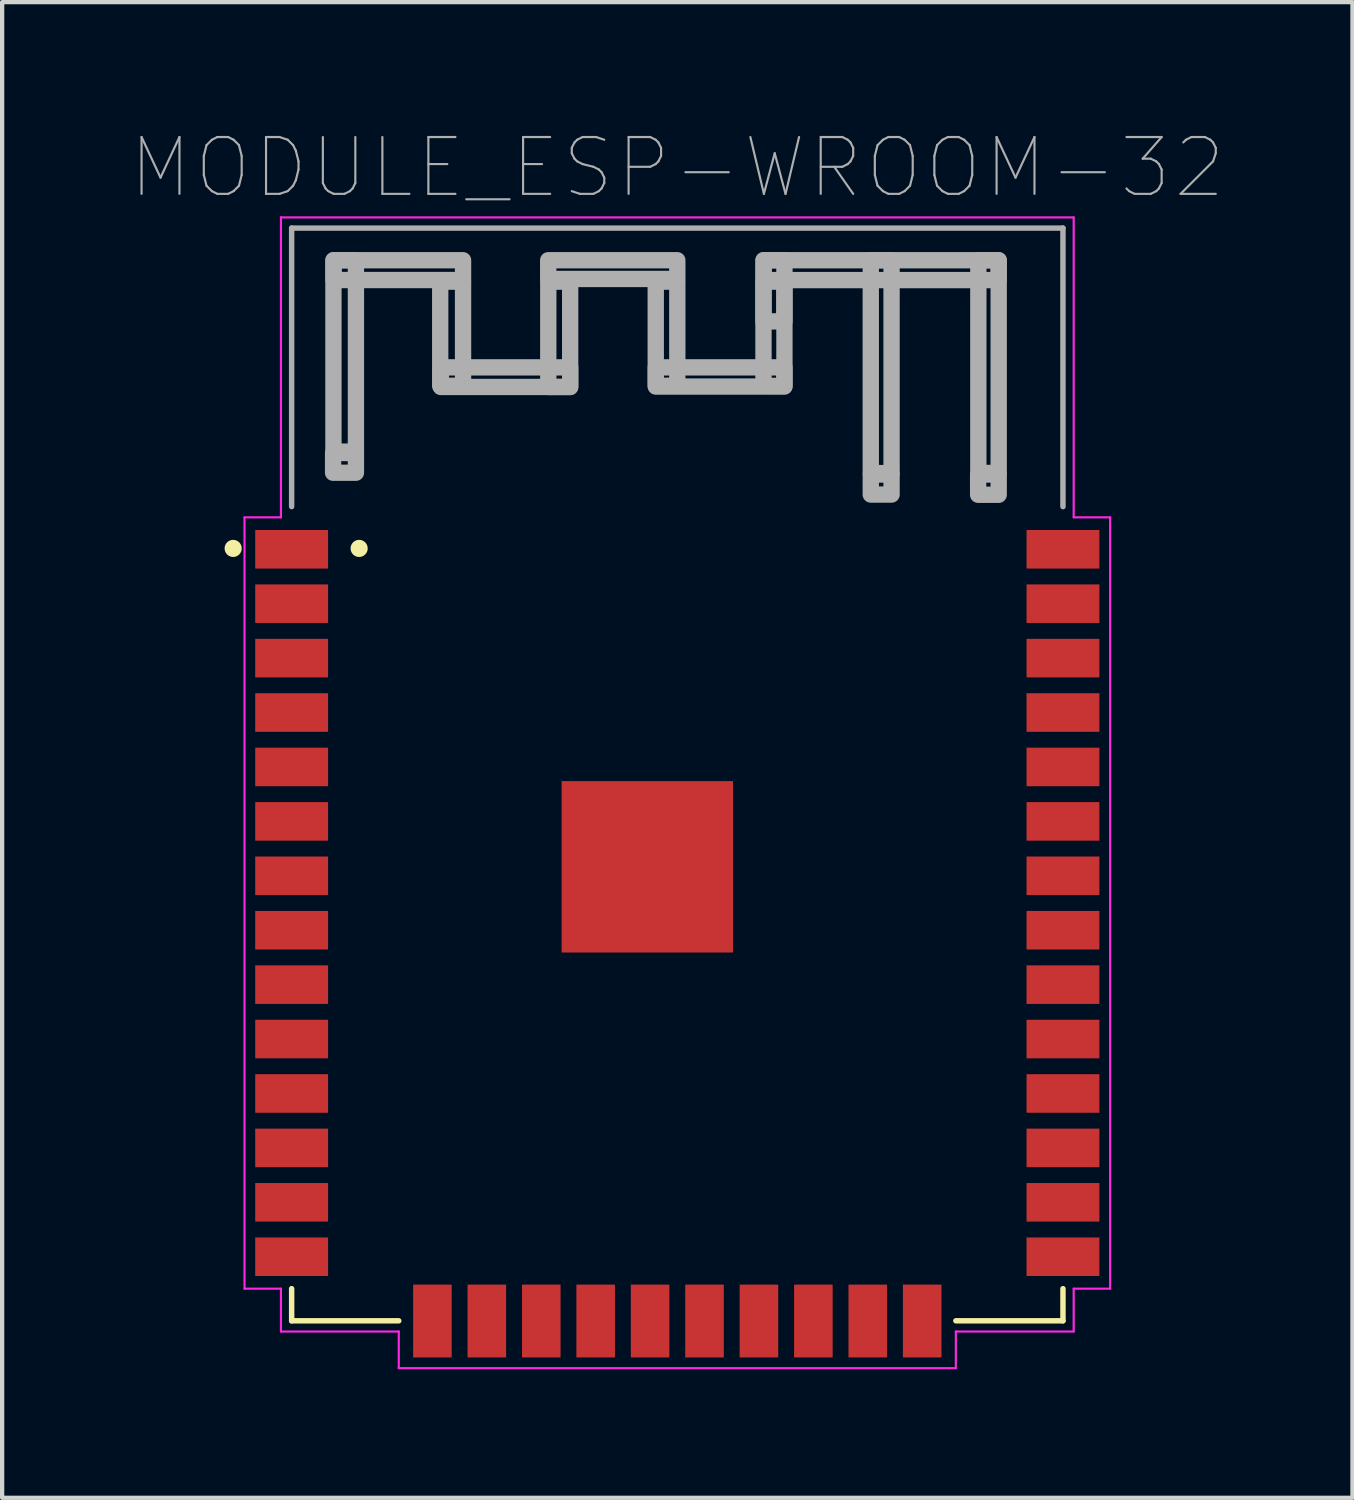
<source format=kicad_pcb>
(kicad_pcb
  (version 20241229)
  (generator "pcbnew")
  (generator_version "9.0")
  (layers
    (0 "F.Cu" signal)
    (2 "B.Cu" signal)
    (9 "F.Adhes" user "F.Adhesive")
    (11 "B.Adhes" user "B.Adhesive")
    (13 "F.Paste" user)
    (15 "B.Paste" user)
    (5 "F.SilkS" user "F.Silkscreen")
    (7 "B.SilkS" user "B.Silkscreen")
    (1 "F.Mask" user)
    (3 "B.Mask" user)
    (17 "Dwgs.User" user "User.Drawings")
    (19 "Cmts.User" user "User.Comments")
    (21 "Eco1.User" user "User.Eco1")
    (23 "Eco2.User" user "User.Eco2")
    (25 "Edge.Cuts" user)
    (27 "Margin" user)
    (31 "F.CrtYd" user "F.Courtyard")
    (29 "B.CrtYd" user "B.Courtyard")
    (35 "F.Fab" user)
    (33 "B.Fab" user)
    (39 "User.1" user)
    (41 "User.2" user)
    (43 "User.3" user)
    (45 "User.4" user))
  (footprint "MODULE_ESP-WROOM-32"
    (layer "F.Cu")
    (at 12.756 18.023)
    (property "Reference" "MODULE_ESP-WROOM-32" (at 0 -17.16 0) (layer "F.Fab") (effects (font (size 1.326 1.326) (thickness 0.05))))
    (attr smd)
    (fp_line (start -9 9) (end -9 9.75) (stroke (width 0.127) (type solid)) (layer "F.SilkS"))
    (fp_line (start -9 9.75) (end -6.5 9.75) (stroke (width 0.127) (type solid)) (layer "F.SilkS"))
    (fp_line (start 6.5 9.75) (end 9 9.75) (stroke (width 0.127) (type solid)) (layer "F.SilkS"))
    (fp_line (start 9 9.75) (end 9 9) (stroke (width 0.127) (type solid)) (layer "F.SilkS"))
    (fp_circle (center -10.365 -8.275) (end -10.265 -8.275) (stroke (width 0.2) (type solid)) (fill no) (layer "F.SilkS"))
    (fp_circle (center -7.425 -8.275) (end -7.325 -8.275) (stroke (width 0.2) (type solid)) (fill no) (layer "F.SilkS"))
    (fp_line (start -10.1 -9) (end -9.25 -9) (stroke (width 0.05) (type solid)) (layer "F.CrtYd"))
    (fp_line (start -10.1 9) (end -10.1 -9) (stroke (width 0.05) (type solid)) (layer "F.CrtYd"))
    (fp_line (start -9.25 -16) (end 9.25 -16) (stroke (width 0.05) (type solid)) (layer "F.CrtYd"))
    (fp_line (start -9.25 -9) (end -9.25 -16) (stroke (width 0.05) (type solid)) (layer "F.CrtYd"))
    (fp_line (start -9.25 9) (end -10.1 9) (stroke (width 0.05) (type solid)) (layer "F.CrtYd"))
    (fp_line (start -9.25 10) (end -9.25 9) (stroke (width 0.05) (type solid)) (layer "F.CrtYd"))
    (fp_line (start -6.5 10) (end -9.25 10) (stroke (width 0.05) (type solid)) (layer "F.CrtYd"))
    (fp_line (start -6.5 10.855) (end -6.5 10) (stroke (width 0.05) (type solid)) (layer "F.CrtYd"))
    (fp_line (start 6.5 10) (end 6.5 10.855) (stroke (width 0.05) (type solid)) (layer "F.CrtYd"))
    (fp_line (start 6.5 10.855) (end -6.5 10.855) (stroke (width 0.05) (type solid)) (layer "F.CrtYd"))
    (fp_line (start 9.25 -16) (end 9.25 -9) (stroke (width 0.05) (type solid)) (layer "F.CrtYd"))
    (fp_line (start 9.25 -9) (end 10.1 -9) (stroke (width 0.05) (type solid)) (layer "F.CrtYd"))
    (fp_line (start 9.25 9) (end 9.25 10) (stroke (width 0.05) (type solid)) (layer "F.CrtYd"))
    (fp_line (start 9.25 10) (end 6.5 10) (stroke (width 0.05) (type solid)) (layer "F.CrtYd"))
    (fp_line (start 10.1 -9) (end 10.1 9) (stroke (width 0.05) (type solid)) (layer "F.CrtYd"))
    (fp_line (start 10.1 9) (end 9.25 9) (stroke (width 0.05) (type solid)) (layer "F.CrtYd"))
    (fp_line (start -9 -15.75) (end 9 -15.75) (stroke (width 0.127) (type solid)) (layer "F.Fab"))
    (fp_line (start -9 -9.25) (end -9 -15.75) (stroke (width 0.127) (type solid)) (layer "F.Fab"))
    (fp_line (start 9 -15.75) (end 9 -9.25) (stroke (width 0.127) (type solid)) (layer "F.Fab"))
    (fp_poly (pts (xy -8.033 -10.5) (xy -7.5 -10.5) (xy -7.5 -10.041) (xy -8.033 -10.041)) (stroke (width 0.381) (type solid)) (fill no) (layer "F.Fab"))
    (fp_poly (pts (xy -8.025 -15) (xy -7.5 -15) (xy -7.5 -10.533) (xy -8.025 -10.533)) (stroke (width 0.381) (type solid)) (fill no) (layer "F.Fab"))
    (fp_poly (pts (xy -8.021 -15) (xy -5 -15) (xy -5 -14.538) (xy -8.021 -14.538)) (stroke (width 0.381) (type solid)) (fill no) (layer "F.Fab"))
    (fp_poly (pts (xy -5.533 -14.5) (xy -5 -14.5) (xy -5 -12.071) (xy -5.533 -12.071)) (stroke (width 0.381) (type solid)) (fill no) (layer "F.Fab"))
    (fp_poly (pts (xy -5.519 -12.5) (xy -2.5 -12.5) (xy -2.5 -12.042) (xy -5.519 -12.042)) (stroke (width 0.381) (type solid)) (fill no) (layer "F.Fab"))
    (fp_poly (pts (xy -3.013 -15) (xy 0 -15) (xy 0 -14.563) (xy -3.013 -14.563)) (stroke (width 0.381) (type solid)) (fill no) (layer "F.Fab"))
    (fp_poly (pts (xy -3.011 -14.5) (xy -2.5 -14.5) (xy -2.5 -12.043) (xy -3.011 -12.043)) (stroke (width 0.381) (type solid)) (fill no) (layer "F.Fab"))
    (fp_poly (pts (xy -0.503 -14.5) (xy 0 -14.5) (xy 0 -12.071) (xy -0.503 -12.071)) (stroke (width 0.381) (type solid)) (fill no) (layer "F.Fab"))
    (fp_poly (pts (xy -0.502 -12.5) (xy 2.5 -12.5) (xy 2.5 -12.052) (xy -0.502 -12.052)) (stroke (width 0.381) (type solid)) (fill no) (layer "F.Fab"))
    (fp_poly (pts (xy 2.011 -15) (xy 2.5 -15) (xy 2.5 -13.574) (xy 2.011 -13.574)) (stroke (width 0.381) (type solid)) (fill no) (layer "F.Fab"))
    (fp_poly (pts (xy 2.011 -14.5) (xy 2.5 -14.5) (xy 2.5 -12.068) (xy 2.011 -12.068)) (stroke (width 0.381) (type solid)) (fill no) (layer "F.Fab"))
    (fp_poly (pts (xy 2.015 -15) (xy 7.5 -15) (xy 7.5 -14.536) (xy 2.015 -14.536)) (stroke (width 0.381) (type solid)) (fill no) (layer "F.Fab"))
    (fp_poly (pts (xy 4.515 -15) (xy 5 -15) (xy 5 -10.033) (xy 4.515 -10.033)) (stroke (width 0.381) (type solid)) (fill no) (layer "F.Fab"))
    (fp_poly (pts (xy 4.515 -10) (xy 5 -10) (xy 5 -9.532) (xy 4.515 -9.532)) (stroke (width 0.381) (type solid)) (fill no) (layer "F.Fab"))
    (fp_poly (pts (xy 7.02 -10) (xy 7.5 -10) (xy 7.5 -9.527) (xy 7.02 -9.527)) (stroke (width 0.381) (type solid)) (fill no) (layer "F.Fab"))
    (fp_poly (pts (xy 7.025 -15) (xy 7.5 -15) (xy 7.5 -10.035) (xy 7.025 -10.035)) (stroke (width 0.381) (type solid)) (fill no) (layer "F.Fab"))
    (pad "1" smd rect (at -9 -8.255) (size 1.7 0.9) (layers "F.Cu" "F.Mask" "F.Paste"))
    (pad "1.1" smd rect (at -0.7 -0.845 180) (size 4 4) (layers "F.Cu" "F.Mask" "F.Paste"))
    (pad "2" smd rect (at -9 -6.985) (size 1.7 0.9) (layers "F.Cu" "F.Mask" "F.Paste"))
    (pad "3" smd rect (at -9 -5.715) (size 1.7 0.9) (layers "F.Cu" "F.Mask" "F.Paste"))
    (pad "4" smd rect (at -9 -4.445) (size 1.7 0.9) (layers "F.Cu" "F.Mask" "F.Paste"))
    (pad "5" smd rect (at -9 -3.175) (size 1.7 0.9) (layers "F.Cu" "F.Mask" "F.Paste"))
    (pad "6" smd rect (at -9 -1.905) (size 1.7 0.9) (layers "F.Cu" "F.Mask" "F.Paste"))
    (pad "7" smd rect (at -9 -0.635) (size 1.7 0.9) (layers "F.Cu" "F.Mask" "F.Paste"))
    (pad "8" smd rect (at -9 0.635) (size 1.7 0.9) (layers "F.Cu" "F.Mask" "F.Paste"))
    (pad "9" smd rect (at -9 1.905) (size 1.7 0.9) (layers "F.Cu" "F.Mask" "F.Paste"))
    (pad "10" smd rect (at -9 3.175) (size 1.7 0.9) (layers "F.Cu" "F.Mask" "F.Paste"))
    (pad "11" smd rect (at -9 4.445) (size 1.7 0.9) (layers "F.Cu" "F.Mask" "F.Paste"))
    (pad "12" smd rect (at -9 5.715) (size 1.7 0.9) (layers "F.Cu" "F.Mask" "F.Paste"))
    (pad "13" smd rect (at -9 6.985) (size 1.7 0.9) (layers "F.Cu" "F.Mask" "F.Paste"))
    (pad "14" smd rect (at -9 8.255) (size 1.7 0.9) (layers "F.Cu" "F.Mask" "F.Paste"))
    (pad "15" smd rect (at -5.715 9.755 90) (size 1.7 0.9) (layers "F.Cu" "F.Mask" "F.Paste"))
    (pad "16" smd rect (at -4.445 9.755 90) (size 1.7 0.9) (layers "F.Cu" "F.Mask" "F.Paste"))
    (pad "17" smd rect (at -3.175 9.755 90) (size 1.7 0.9) (layers "F.Cu" "F.Mask" "F.Paste"))
    (pad "18" smd rect (at -1.905 9.755 90) (size 1.7 0.9) (layers "F.Cu" "F.Mask" "F.Paste"))
    (pad "19" smd rect (at -0.635 9.755 90) (size 1.7 0.9) (layers "F.Cu" "F.Mask" "F.Paste"))
    (pad "20" smd rect (at 0.635 9.755 90) (size 1.7 0.9) (layers "F.Cu" "F.Mask" "F.Paste"))
    (pad "21" smd rect (at 1.905 9.755 90) (size 1.7 0.9) (layers "F.Cu" "F.Mask" "F.Paste"))
    (pad "22" smd rect (at 3.175 9.755 90) (size 1.7 0.9) (layers "F.Cu" "F.Mask" "F.Paste"))
    (pad "23" smd rect (at 4.445 9.755 90) (size 1.7 0.9) (layers "F.Cu" "F.Mask" "F.Paste"))
    (pad "24" smd rect (at 5.715 9.755 90) (size 1.7 0.9) (layers "F.Cu" "F.Mask" "F.Paste"))
    (pad "25" smd rect (at 9 8.255 180) (size 1.7 0.9) (layers "F.Cu" "F.Mask" "F.Paste"))
    (pad "26" smd rect (at 9 6.985 180) (size 1.7 0.9) (layers "F.Cu" "F.Mask" "F.Paste"))
    (pad "27" smd rect (at 9 5.715 180) (size 1.7 0.9) (layers "F.Cu" "F.Mask" "F.Paste"))
    (pad "28" smd rect (at 9 4.445 180) (size 1.7 0.9) (layers "F.Cu" "F.Mask" "F.Paste"))
    (pad "29" smd rect (at 9 3.175 180) (size 1.7 0.9) (layers "F.Cu" "F.Mask" "F.Paste"))
    (pad "30" smd rect (at 9 1.905 180) (size 1.7 0.9) (layers "F.Cu" "F.Mask" "F.Paste"))
    (pad "31" smd rect (at 9 0.635 180) (size 1.7 0.9) (layers "F.Cu" "F.Mask" "F.Paste"))
    (pad "32" smd rect (at 9 -0.635 180) (size 1.7 0.9) (layers "F.Cu" "F.Mask" "F.Paste"))
    (pad "33" smd rect (at 9 -1.905 180) (size 1.7 0.9) (layers "F.Cu" "F.Mask" "F.Paste"))
    (pad "34" smd rect (at 9 -3.175 180) (size 1.7 0.9) (layers "F.Cu" "F.Mask" "F.Paste"))
    (pad "35" smd rect (at 9 -4.445 180) (size 1.7 0.9) (layers "F.Cu" "F.Mask" "F.Paste"))
    (pad "36" smd rect (at 9 -5.715 180) (size 1.7 0.9) (layers "F.Cu" "F.Mask" "F.Paste"))
    (pad "37" smd rect (at 9 -6.985 180) (size 1.7 0.9) (layers "F.Cu" "F.Mask" "F.Paste"))
    (pad "38" smd rect (at 9 -8.255 180) (size 1.7 0.9) (layers "F.Cu" "F.Mask" "F.Paste")))
  (gr_rect
    (start -3 -3)
    (end 28.512 31.903)
    (stroke (width 0.1) (type default))
    (fill no)
    (layer "Edge.Cuts")))
</source>
